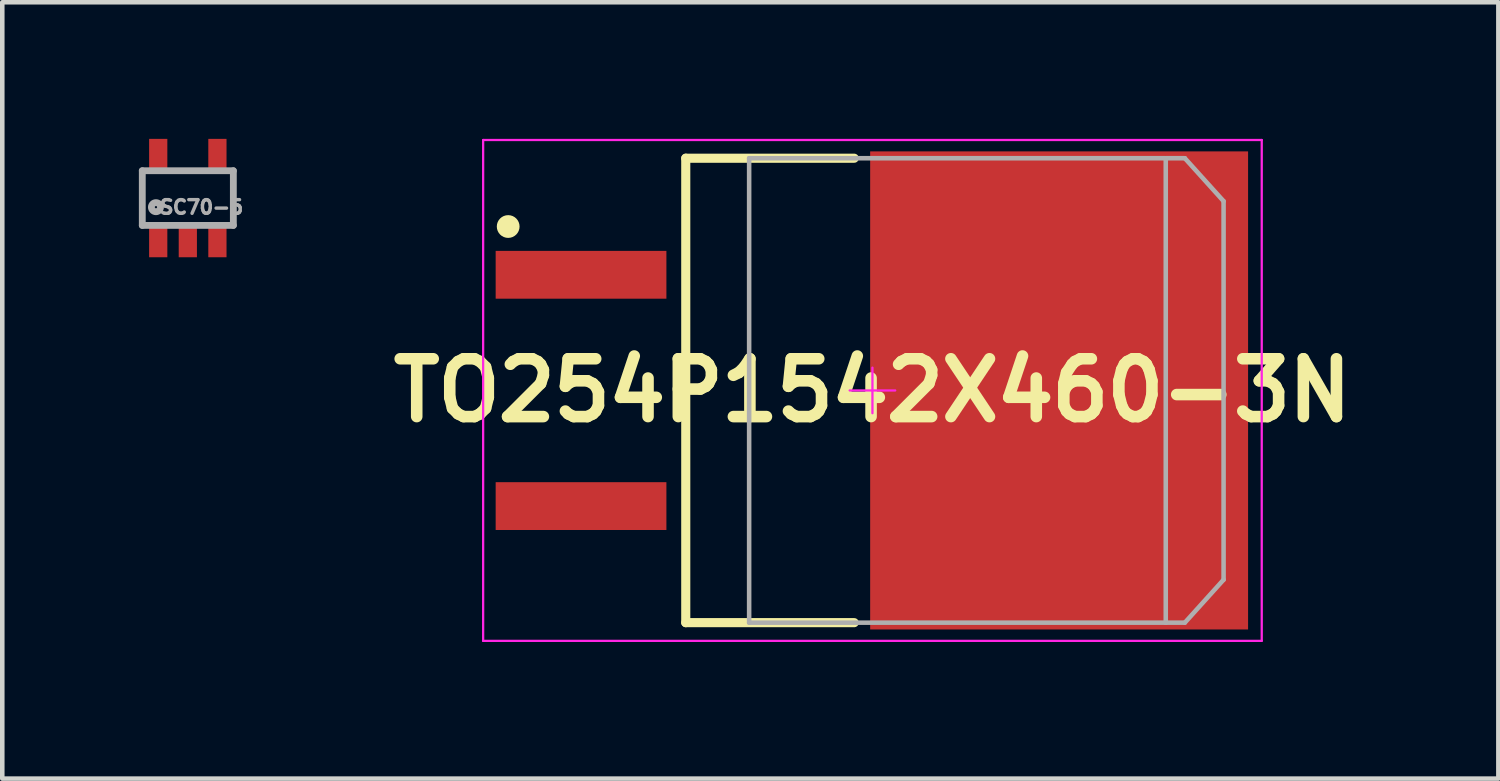
<source format=kicad_pcb>
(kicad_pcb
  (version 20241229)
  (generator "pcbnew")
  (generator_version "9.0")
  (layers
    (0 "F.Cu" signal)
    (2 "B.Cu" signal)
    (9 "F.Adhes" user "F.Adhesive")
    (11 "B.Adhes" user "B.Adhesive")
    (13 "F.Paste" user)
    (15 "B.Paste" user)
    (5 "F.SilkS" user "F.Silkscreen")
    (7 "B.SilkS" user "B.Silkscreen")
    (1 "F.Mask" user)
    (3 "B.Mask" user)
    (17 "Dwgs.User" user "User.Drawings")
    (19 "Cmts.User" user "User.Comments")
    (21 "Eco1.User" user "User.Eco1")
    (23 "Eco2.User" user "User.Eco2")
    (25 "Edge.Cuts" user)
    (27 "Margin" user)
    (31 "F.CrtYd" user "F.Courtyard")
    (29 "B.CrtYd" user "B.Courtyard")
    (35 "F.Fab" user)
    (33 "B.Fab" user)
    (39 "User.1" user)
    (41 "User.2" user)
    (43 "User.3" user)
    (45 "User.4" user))
  (footprint "SC70-5"
    (layer "F.Cu")
    (at 1.075 1.3)
    (property "Reference" "SC70-5" (at 0.3 0.2 0) (layer "F.Fab") (effects (font (size 0.3 0.3) (thickness 0.075))))
    (attr through_hole)
    (fp_line (start -1 -0.6) (end 1 -0.6) (stroke (width 0.15) (type solid)) (layer "F.Fab"))
    (fp_line (start -1 0.6) (end -1 -0.6) (stroke (width 0.15) (type solid)) (layer "F.Fab"))
    (fp_line (start 1 -0.6) (end 1 0.6) (stroke (width 0.15) (type solid)) (layer "F.Fab"))
    (fp_line (start 1 0.6) (end -1 0.6) (stroke (width 0.15) (type solid)) (layer "F.Fab"))
    (fp_circle (center -0.7 0.2) (end -0.7 0.3) (stroke (width 0.15) (type solid)) (fill no) (layer "F.Fab"))
    (pad "1" smd rect (at -0.65 0.95) (size 0.4 0.7) (layers "F.Cu" "F.Mask" "F.Paste"))
    (pad "2" smd rect (at 0 0.95) (size 0.4 0.7) (layers "F.Cu" "F.Mask" "F.Paste"))
    (pad "3" smd rect (at 0.65 0.95) (size 0.4 0.7) (layers "F.Cu" "F.Mask" "F.Paste"))
    (pad "4" smd rect (at 0.65 -0.95) (size 0.4 0.7) (layers "F.Cu" "F.Mask" "F.Paste"))
    (pad "5" smd rect (at -0.65 -0.95) (size 0.4 0.7) (layers "F.Cu" "F.Mask" "F.Paste")))
  (footprint "TO254P1542X460-3N"
    (layer "F.Cu")
    (at 16.111 5.525)
    (property "Reference" "TO254P1542X460-3N" (at 0 0 0) (layer "F.SilkS") (effects (font (size 1.27 1.27) (thickness 0.254))))
    (attr smd)
    (fp_line (start -4.1 -5.1) (end -0.4 -5.1) (stroke (width 0.2) (type solid)) (layer "F.SilkS"))
    (fp_line (start -4.1 5.1) (end -4.1 -5.1) (stroke (width 0.2) (type solid)) (layer "F.SilkS"))
    (fp_line (start -0.4 5.1) (end -4.1 5.1) (stroke (width 0.2) (type solid)) (layer "F.SilkS"))
    (fp_circle (center -8 -3.6) (end -8 -3.475) (stroke (width 0.25) (type solid)) (fill no) (layer "F.SilkS"))
    (fp_line (start -8.55 -5.5) (end -8.55 5.5) (stroke (width 0.05) (type solid)) (layer "F.CrtYd"))
    (fp_line (start -8.55 5.5) (end 8.55 5.5) (stroke (width 0.05) (type solid)) (layer "F.CrtYd"))
    (fp_line (start -2.808 -5.2) (end -2.808 5.2) (stroke (width 0.001) (type solid)) (layer "F.CrtYd"))
    (fp_line (start -2.808 5.2) (end 6.542 5.2) (stroke (width 0.001) (type solid)) (layer "F.CrtYd"))
    (fp_line (start -0.5 0) (end 0.5 0) (stroke (width 0.05) (type solid)) (layer "F.CrtYd"))
    (fp_line (start 0 0.5) (end 0 -0.5) (stroke (width 0.05) (type solid)) (layer "F.CrtYd"))
    (fp_line (start 6.542 -5.2) (end -2.808 -5.2) (stroke (width 0.001) (type solid)) (layer "F.CrtYd"))
    (fp_line (start 6.542 5.2) (end 6.542 -5.2) (stroke (width 0.001) (type solid)) (layer "F.CrtYd"))
    (fp_line (start 8.55 -5.5) (end -8.55 -5.5) (stroke (width 0.05) (type solid)) (layer "F.CrtYd"))
    (fp_line (start 8.55 5.5) (end 8.55 -5.5) (stroke (width 0.05) (type solid)) (layer "F.CrtYd"))
    (fp_line (start -2.708 -5.1) (end -2.708 5.1) (stroke (width 0.1) (type solid)) (layer "F.Fab"))
    (fp_line (start -2.708 5.1) (end 6.442 5.1) (stroke (width 0.1) (type solid)) (layer "F.Fab"))
    (fp_line (start 6.442 -5.1) (end -2.708 -5.1) (stroke (width 0.1) (type solid)) (layer "F.Fab"))
    (fp_line (start 6.442 5.1) (end 6.442 -5.1) (stroke (width 0.1) (type solid)) (layer "F.Fab"))
    (fp_line (start 6.442 5.1) (end 6.861 5.1) (stroke (width 0.1) (type solid)) (layer "F.Fab"))
    (fp_line (start 6.861 -5.1) (end 6.442 -5.1) (stroke (width 0.1) (type solid)) (layer "F.Fab"))
    (fp_line (start 6.861 5.1) (end 7.712 4.157) (stroke (width 0.1) (type solid)) (layer "F.Fab"))
    (fp_line (start 7.712 -4.157) (end 6.861 -5.1) (stroke (width 0.1) (type solid)) (layer "F.Fab"))
    (fp_line (start 7.712 4.157) (end 7.712 -4.157) (stroke (width 0.1) (type solid)) (layer "F.Fab"))
    (pad "1" smd rect (at -6.4 -2.54 90) (size 1.05 3.75) (layers "F.Cu" "F.Mask" "F.Paste"))
    (pad "3" smd rect (at -6.4 2.54 90) (size 1.05 3.75) (layers "F.Cu" "F.Mask" "F.Paste"))
    (pad "4" smd rect (at 4.1 0) (size 8.3 10.5) (layers "F.Cu" "F.Mask" "F.Paste")))
  (gr_rect
    (start -3 -3)
    (end 29.858 14.05)
    (stroke (width 0.1) (type default))
    (fill no)
    (layer "Edge.Cuts")))
</source>
